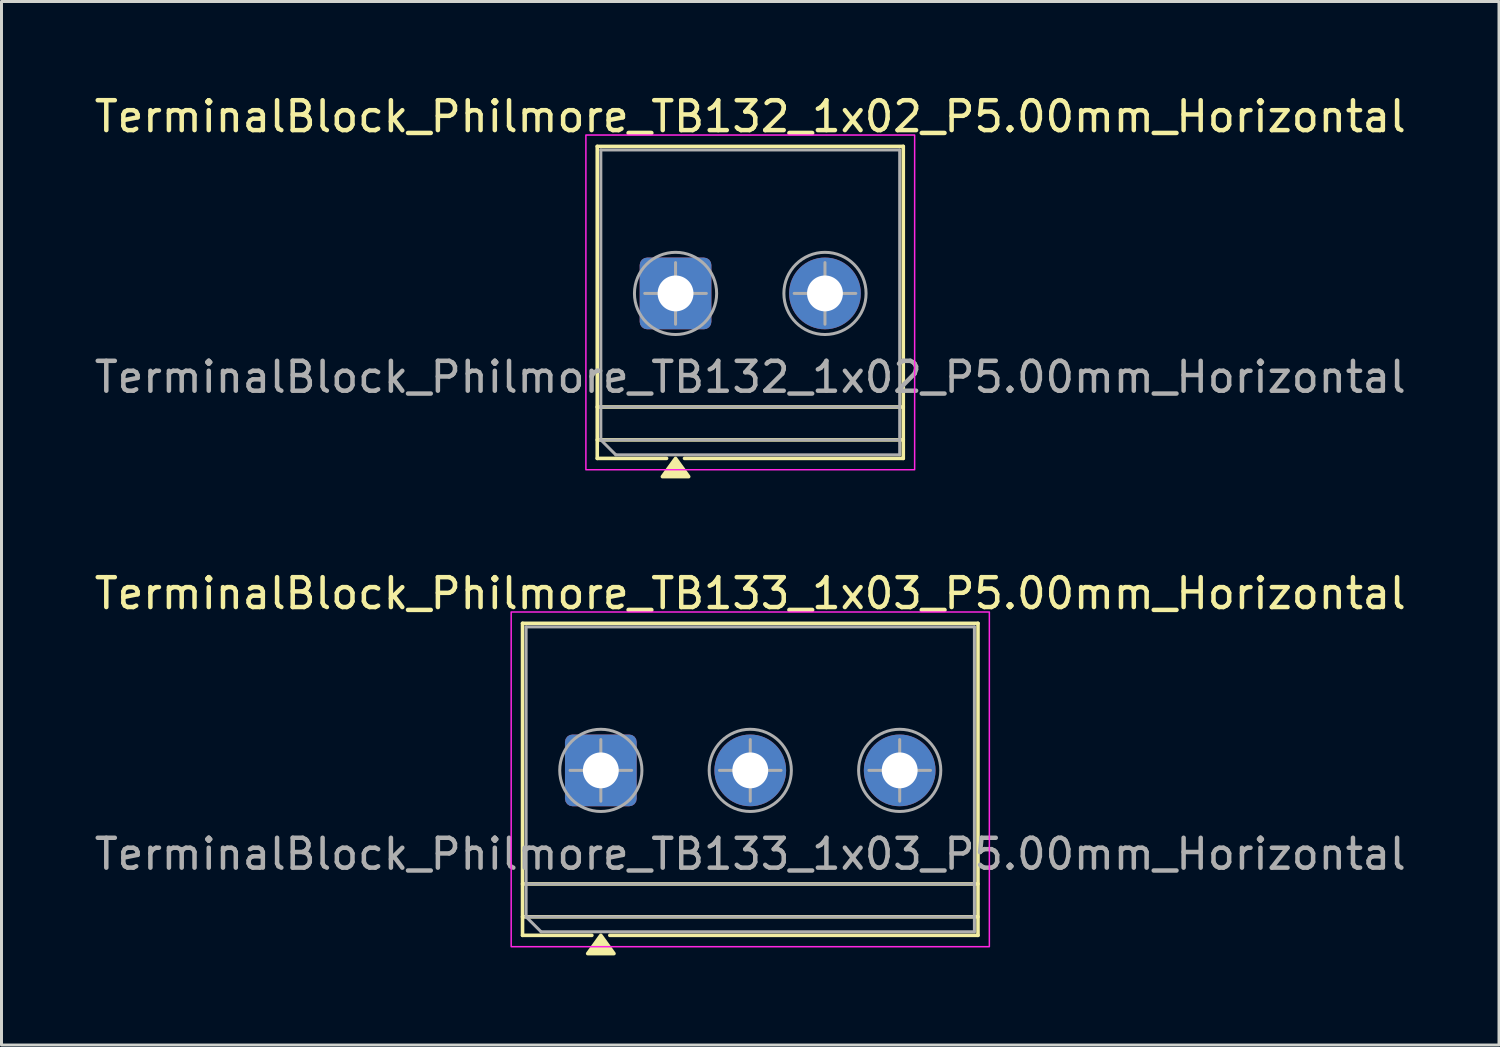
<source format=kicad_pcb>
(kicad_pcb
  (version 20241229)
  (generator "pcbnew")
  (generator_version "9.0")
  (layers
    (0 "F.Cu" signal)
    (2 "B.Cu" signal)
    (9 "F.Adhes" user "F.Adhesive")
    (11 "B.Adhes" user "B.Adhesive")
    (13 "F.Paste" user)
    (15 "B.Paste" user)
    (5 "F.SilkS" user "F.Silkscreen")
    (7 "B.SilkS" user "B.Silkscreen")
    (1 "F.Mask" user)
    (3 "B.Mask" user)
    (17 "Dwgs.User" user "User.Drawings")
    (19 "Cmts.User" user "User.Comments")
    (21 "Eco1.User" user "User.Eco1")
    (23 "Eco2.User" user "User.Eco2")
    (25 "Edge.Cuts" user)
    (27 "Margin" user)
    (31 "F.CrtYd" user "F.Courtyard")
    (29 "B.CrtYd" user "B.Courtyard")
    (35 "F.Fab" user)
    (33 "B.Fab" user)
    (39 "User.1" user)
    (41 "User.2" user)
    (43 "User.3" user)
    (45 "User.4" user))
  (footprint "TerminalBlock_Philmore_TB132_1x02_P5.00mm_Horizontal"
    (layer "F.Cu")
    (at 19.554 6.768)
    (property "Reference" "TerminalBlock_Philmore_TB132_1x02_P5.00mm_Horizontal" (at 2.5 -5.92 0) (layer "F.SilkS") (effects (font (size 1 1) (thickness 0.15))))
    (attr through_hole)
    (fp_line (start -2.62 -4.92) (end 7.62 -4.92) (stroke (width 0.12) (type solid)) (layer "F.SilkS"))
    (fp_line (start -2.62 3.8) (end 7.62 3.8) (stroke (width 0.12) (type solid)) (layer "F.SilkS"))
    (fp_line (start -2.62 4.9) (end 7.62 4.9) (stroke (width 0.12) (type solid)) (layer "F.SilkS"))
    (fp_line (start -2.62 5.52) (end -2.62 -4.92) (stroke (width 0.12) (type solid)) (layer "F.SilkS"))
    (fp_line (start -0.3 5.52) (end -2.62 5.52) (stroke (width 0.12) (type solid)) (layer "F.SilkS"))
    (fp_line (start 7.62 -4.92) (end 7.62 5.52) (stroke (width 0.12) (type solid)) (layer "F.SilkS"))
    (fp_line (start 7.62 5.52) (end 0.3 5.52) (stroke (width 0.12) (type solid)) (layer "F.SilkS"))
    (fp_poly (pts (xy 0 5.52) (xy 0.44 6.13) (xy -0.44 6.13)) (stroke (width 0.12) (type solid)) (fill yes) (layer "F.SilkS"))
    (fp_rect (start -3 -5.3) (end 8 5.9) (stroke (width 0.05) (type solid)) (fill no) (layer "F.CrtYd"))
    (fp_line (start -2.5 -4.8) (end 7.5 -4.8) (stroke (width 0.1) (type solid)) (layer "F.Fab"))
    (fp_line (start -2.5 3.8) (end 7.5 3.8) (stroke (width 0.1) (type solid)) (layer "F.Fab"))
    (fp_line (start -2.5 4.9) (end -2.5 -4.8) (stroke (width 0.1) (type solid)) (layer "F.Fab"))
    (fp_line (start -2.5 4.9) (end 7.5 4.9) (stroke (width 0.1) (type solid)) (layer "F.Fab"))
    (fp_line (start -2 5.4) (end -2.5 4.9) (stroke (width 0.1) (type solid)) (layer "F.Fab"))
    (fp_line (start -1.031 0) (end 1.031 0) (stroke (width 0.1) (type solid)) (layer "F.Fab"))
    (fp_line (start 0 -1.031) (end 0 1.031) (stroke (width 0.1) (type solid)) (layer "F.Fab"))
    (fp_line (start 3.969 0) (end 6.031 0) (stroke (width 0.1) (type solid)) (layer "F.Fab"))
    (fp_line (start 5 -1.031) (end 5 1.031) (stroke (width 0.1) (type solid)) (layer "F.Fab"))
    (fp_line (start 7.5 -4.8) (end 7.5 5.4) (stroke (width 0.1) (type solid)) (layer "F.Fab"))
    (fp_line (start 7.5 5.4) (end -2 5.4) (stroke (width 0.1) (type solid)) (layer "F.Fab"))
    (fp_circle (center 0 0) (end 1.375 0) (stroke (width 0.1) (type solid)) (fill no) (layer "F.Fab"))
    (fp_circle (center 5 0) (end 6.375 0) (stroke (width 0.1) (type solid)) (fill no) (layer "F.Fab"))
    (fp_text user "${REFERENCE}" (at 2.5 2.8 0) (layer "F.Fab") (effects (font (size 1 1) (thickness 0.15))))
    (pad "1" thru_hole roundrect (at 0 0) (size 2.4 2.4) (drill 1.2) (layers "*.Cu" "*.Mask") (roundrect_rratio 0.104))
    (pad "2" thru_hole circle (at 5 0) (size 2.4 2.4) (drill 1.2) (layers "*.Cu" "*.Mask")))
  (footprint "TerminalBlock_Philmore_TB133_1x03_P5.00mm_Horizontal"
    (layer "F.Cu")
    (at 17.054 22.727)
    (property "Reference" "TerminalBlock_Philmore_TB133_1x03_P5.00mm_Horizontal" (at 5 -5.92 0) (layer "F.SilkS") (effects (font (size 1 1) (thickness 0.15))))
    (attr through_hole)
    (fp_line (start -2.62 -4.92) (end 12.62 -4.92) (stroke (width 0.12) (type solid)) (layer "F.SilkS"))
    (fp_line (start -2.62 3.8) (end 12.62 3.8) (stroke (width 0.12) (type solid)) (layer "F.SilkS"))
    (fp_line (start -2.62 4.9) (end 12.62 4.9) (stroke (width 0.12) (type solid)) (layer "F.SilkS"))
    (fp_line (start -2.62 5.52) (end -2.62 -4.92) (stroke (width 0.12) (type solid)) (layer "F.SilkS"))
    (fp_line (start -0.3 5.52) (end -2.62 5.52) (stroke (width 0.12) (type solid)) (layer "F.SilkS"))
    (fp_line (start 12.62 -4.92) (end 12.62 5.52) (stroke (width 0.12) (type solid)) (layer "F.SilkS"))
    (fp_line (start 12.62 5.52) (end 0.3 5.52) (stroke (width 0.12) (type solid)) (layer "F.SilkS"))
    (fp_poly (pts (xy 0 5.52) (xy 0.44 6.13) (xy -0.44 6.13)) (stroke (width 0.12) (type solid)) (fill yes) (layer "F.SilkS"))
    (fp_rect (start -3 -5.3) (end 13 5.9) (stroke (width 0.05) (type solid)) (fill no) (layer "F.CrtYd"))
    (fp_line (start -2.5 -4.8) (end 12.5 -4.8) (stroke (width 0.1) (type solid)) (layer "F.Fab"))
    (fp_line (start -2.5 3.8) (end 12.5 3.8) (stroke (width 0.1) (type solid)) (layer "F.Fab"))
    (fp_line (start -2.5 4.9) (end -2.5 -4.8) (stroke (width 0.1) (type solid)) (layer "F.Fab"))
    (fp_line (start -2.5 4.9) (end 12.5 4.9) (stroke (width 0.1) (type solid)) (layer "F.Fab"))
    (fp_line (start -2 5.4) (end -2.5 4.9) (stroke (width 0.1) (type solid)) (layer "F.Fab"))
    (fp_line (start -1.031 0) (end 1.031 0) (stroke (width 0.1) (type solid)) (layer "F.Fab"))
    (fp_line (start 0 -1.031) (end 0 1.031) (stroke (width 0.1) (type solid)) (layer "F.Fab"))
    (fp_line (start 3.969 0) (end 6.031 0) (stroke (width 0.1) (type solid)) (layer "F.Fab"))
    (fp_line (start 5 -1.031) (end 5 1.031) (stroke (width 0.1) (type solid)) (layer "F.Fab"))
    (fp_line (start 8.969 0) (end 11.031 0) (stroke (width 0.1) (type solid)) (layer "F.Fab"))
    (fp_line (start 10 -1.031) (end 10 1.031) (stroke (width 0.1) (type solid)) (layer "F.Fab"))
    (fp_line (start 12.5 -4.8) (end 12.5 5.4) (stroke (width 0.1) (type solid)) (layer "F.Fab"))
    (fp_line (start 12.5 5.4) (end -2 5.4) (stroke (width 0.1) (type solid)) (layer "F.Fab"))
    (fp_circle (center 0 0) (end 1.375 0) (stroke (width 0.1) (type solid)) (fill no) (layer "F.Fab"))
    (fp_circle (center 5 0) (end 6.375 0) (stroke (width 0.1) (type solid)) (fill no) (layer "F.Fab"))
    (fp_circle (center 10 0) (end 11.375 0) (stroke (width 0.1) (type solid)) (fill no) (layer "F.Fab"))
    (fp_text user "${REFERENCE}" (at 5 2.8 0) (layer "F.Fab") (effects (font (size 1 1) (thickness 0.15))))
    (pad "1" thru_hole roundrect (at 0 0) (size 2.4 2.4) (drill 1.2) (layers "*.Cu" "*.Mask") (roundrect_rratio 0.104))
    (pad "2" thru_hole circle (at 5 0) (size 2.4 2.4) (drill 1.2) (layers "*.Cu" "*.Mask"))
    (pad "3" thru_hole circle (at 10 0) (size 2.4 2.4) (drill 1.2) (layers "*.Cu" "*.Mask")))
  (gr_rect
    (start -3 -3)
    (end 47.107 31.916)
    (stroke (width 0.1) (type default))
    (fill no)
    (layer "Edge.Cuts")))
</source>
